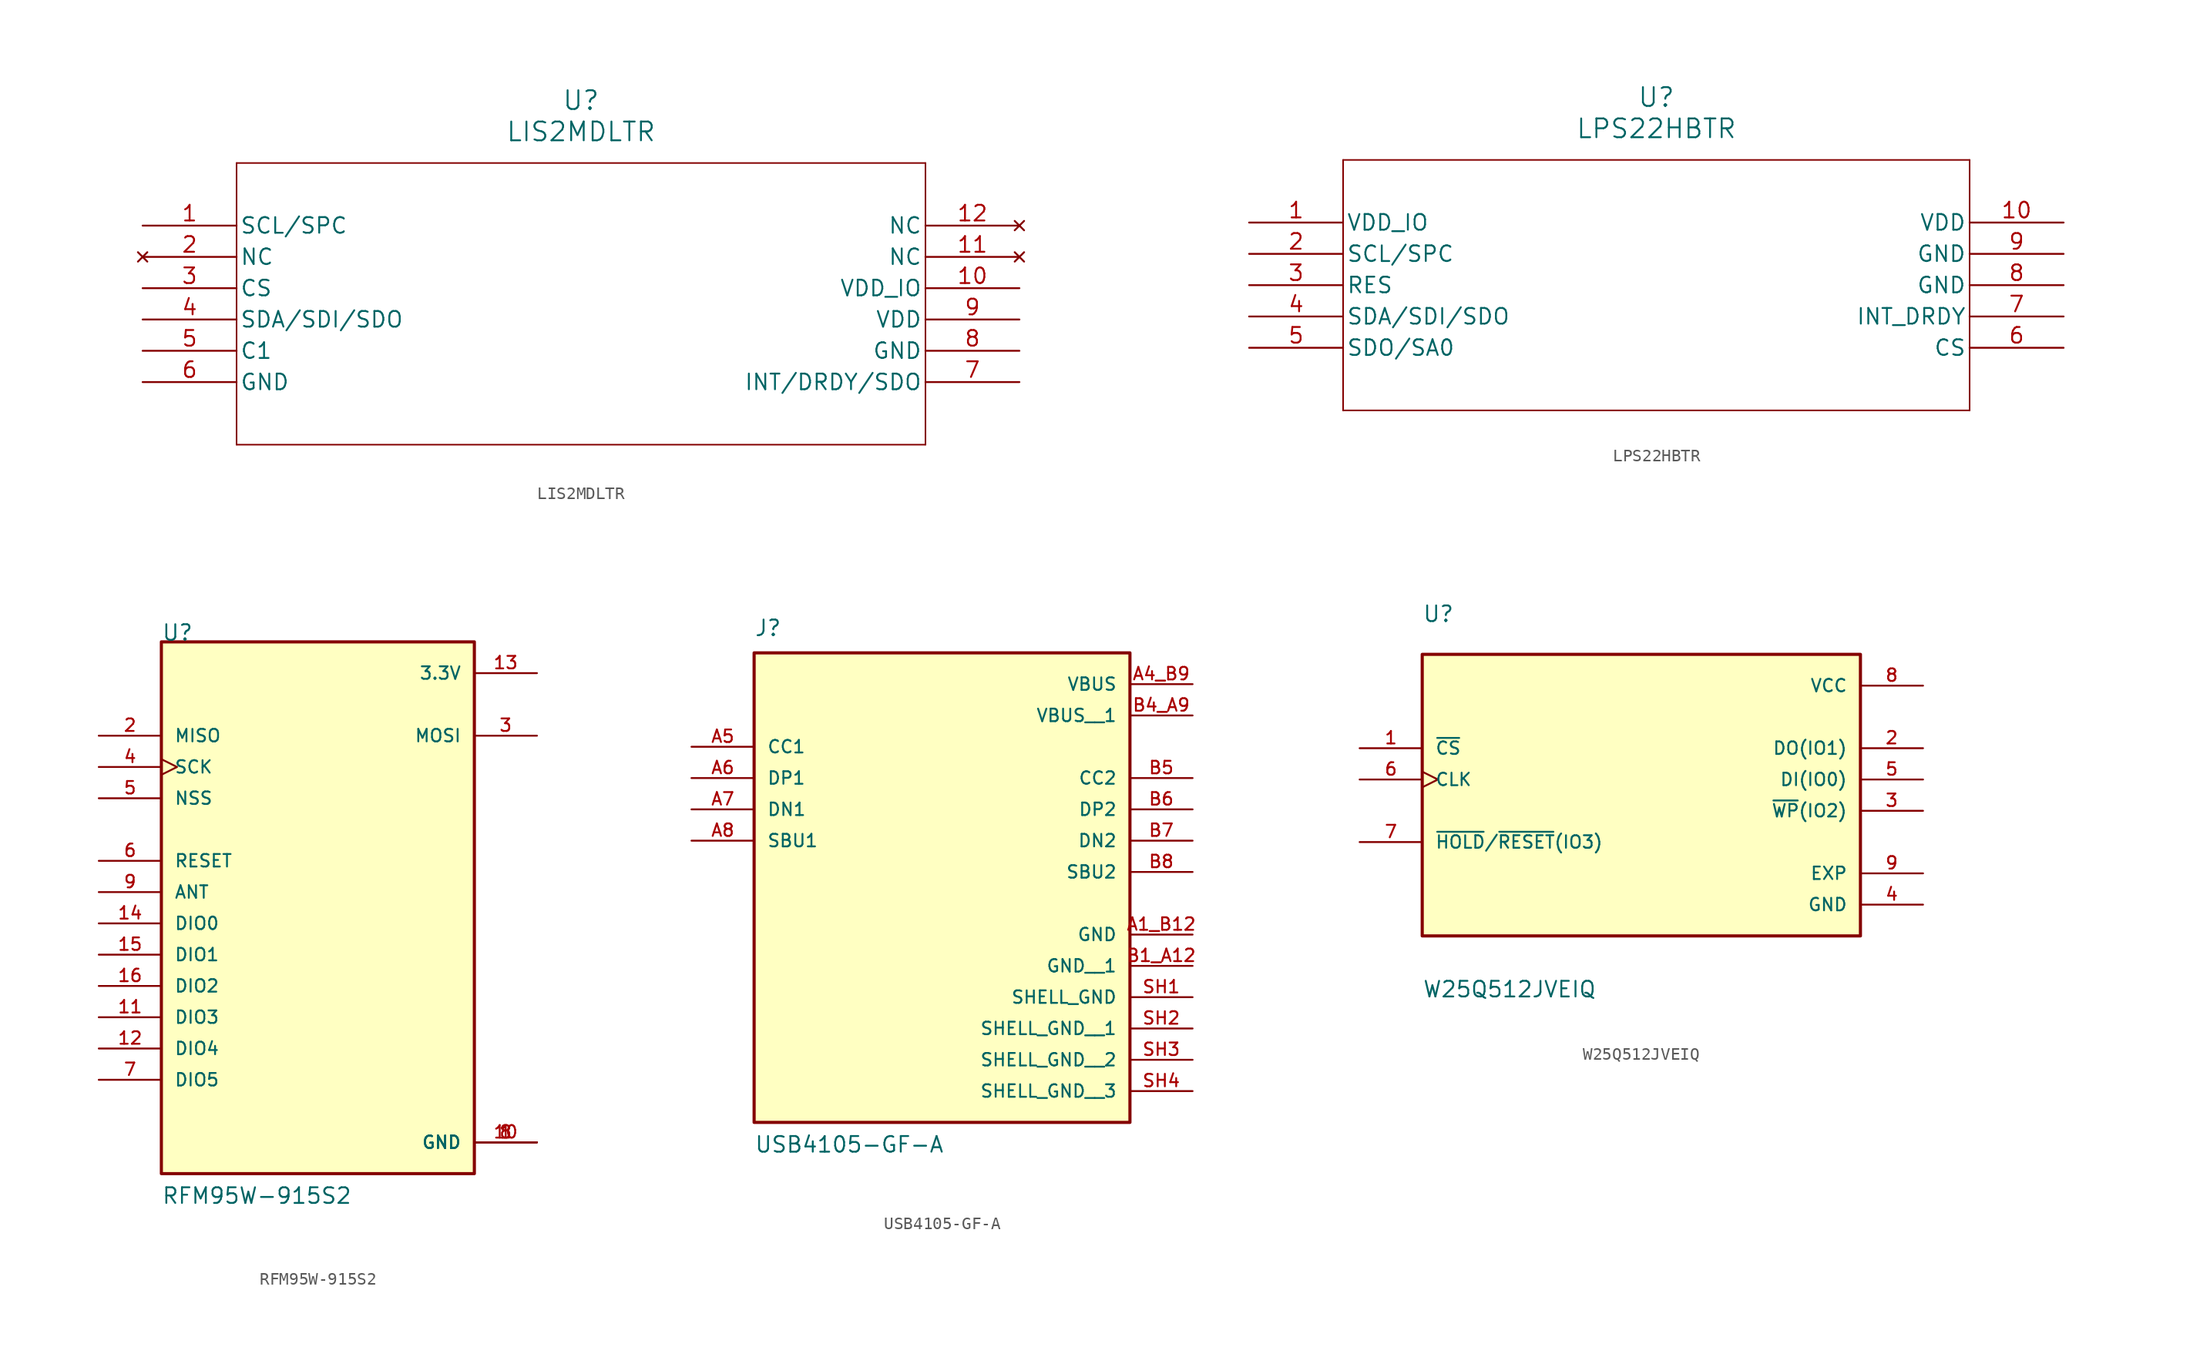
<source format=kicad_sym>
(kicad_symbol_lib
  (version 20220914)
  (generator kicad_symbol_editor)
  (symbol "LIS2MDLTR"
    (pin_names
      (offset 0.254))
    (property "Reference" "U"
      (at 35.56 10.16 0)
      (effects (font (size 1.524 1.524))))
    (property "Value" "LIS2MDLTR"
      (at 35.56 7.62 0)
      (effects (font (size 1.524 1.524))))
    (property "ki_locked" ""
      (at 0 0 0)
      (effects (font (size 1.27 1.27))))
    (symbol "LIS2MDLTR_0_1"
      (polyline (pts (xy 7.62 -17.78) (xy 63.5 -17.78)) (stroke (width 0.127) (type default)) (fill (type none)))
      (polyline (pts (xy 7.62 5.08) (xy 7.62 -17.78)) (stroke (width 0.127) (type default)) (fill (type none)))
      (polyline (pts (xy 63.5 -17.78) (xy 63.5 5.08)) (stroke (width 0.127) (type default)) (fill (type none)))
      (polyline (pts (xy 63.5 5.08) (xy 7.62 5.08)) (stroke (width 0.127) (type default)) (fill (type none)))
      (pin bidirectional line (at 0 0 0) (length 7.62) (name "SCL/SPC" (effects (font (size 1.27 1.27)))) (number "1" (effects (font (size 1.27 1.27)))))
      (pin power_in line (at 71.12 -5.08 180) (length 7.62) (name "VDD_IO" (effects (font (size 1.27 1.27)))) (number "10" (effects (font (size 1.27 1.27)))))
      (pin no_connect line (at 71.12 -2.54 180) (length 7.62) (name "NC" (effects (font (size 1.27 1.27)))) (number "11" (effects (font (size 1.27 1.27)))))
      (pin no_connect line (at 71.12 0 180) (length 7.62) (name "NC" (effects (font (size 1.27 1.27)))) (number "12" (effects (font (size 1.27 1.27)))))
      (pin no_connect line (at 0 -2.54 0) (length 7.62) (name "NC" (effects (font (size 1.27 1.27)))) (number "2" (effects (font (size 1.27 1.27)))))
      (pin bidirectional line (at 0 -5.08 0) (length 7.62) (name "CS" (effects (font (size 1.27 1.27)))) (number "3" (effects (font (size 1.27 1.27)))))
      (pin bidirectional line (at 0 -7.62 0) (length 7.62) (name "SDA/SDI/SDO" (effects (font (size 1.27 1.27)))) (number "4" (effects (font (size 1.27 1.27)))))
      (pin unspecified line (at 0 -10.16 0) (length 7.62) (name "C1" (effects (font (size 1.27 1.27)))) (number "5" (effects (font (size 1.27 1.27)))))
      (pin power_in line (at 0 -12.7 0) (length 7.62) (name "GND" (effects (font (size 1.27 1.27)))) (number "6" (effects (font (size 1.27 1.27)))))
      (pin bidirectional line (at 71.12 -12.7 180) (length 7.62) (name "INT/DRDY/SDO" (effects (font (size 1.27 1.27)))) (number "7" (effects (font (size 1.27 1.27)))))
      (pin power_in line (at 71.12 -10.16 180) (length 7.62) (name "GND" (effects (font (size 1.27 1.27)))) (number "8" (effects (font (size 1.27 1.27)))))
      (pin power_in line (at 71.12 -7.62 180) (length 7.62) (name "VDD" (effects (font (size 1.27 1.27)))) (number "9" (effects (font (size 1.27 1.27)))))))
  (symbol "LPS22HBTR"
    (pin_names
      (offset 0.254))
    (property "Reference" "U"
      (at 33.02 10.16 0)
      (effects (font (size 1.524 1.524))))
    (property "Value" "LPS22HBTR"
      (at 33.02 7.62 0)
      (effects (font (size 1.524 1.524))))
    (property "ki_locked" ""
      (at 0 0 0)
      (effects (font (size 1.27 1.27))))
    (symbol "LPS22HBTR_0_1"
      (polyline (pts (xy 7.62 -15.24) (xy 58.42 -15.24)) (stroke (width 0.127) (type default)) (fill (type none)))
      (polyline (pts (xy 7.62 5.08) (xy 7.62 -15.24)) (stroke (width 0.127) (type default)) (fill (type none)))
      (polyline (pts (xy 58.42 -15.24) (xy 58.42 5.08)) (stroke (width 0.127) (type default)) (fill (type none)))
      (polyline (pts (xy 58.42 5.08) (xy 7.62 5.08)) (stroke (width 0.127) (type default)) (fill (type none)))
      (pin power_in line (at 0 0 0) (length 7.62) (name "VDD_IO" (effects (font (size 1.27 1.27)))) (number "1" (effects (font (size 1.27 1.27)))))
      (pin power_in line (at 66.04 0 180) (length 7.62) (name "VDD" (effects (font (size 1.27 1.27)))) (number "10" (effects (font (size 1.27 1.27)))))
      (pin bidirectional line (at 0 -2.54 0) (length 7.62) (name "SCL/SPC" (effects (font (size 1.27 1.27)))) (number "2" (effects (font (size 1.27 1.27)))))
      (pin unspecified line (at 0 -5.08 0) (length 7.62) (name "RES" (effects (font (size 1.27 1.27)))) (number "3" (effects (font (size 1.27 1.27)))))
      (pin bidirectional line (at 0 -7.62 0) (length 7.62) (name "SDA/SDI/SDO" (effects (font (size 1.27 1.27)))) (number "4" (effects (font (size 1.27 1.27)))))
      (pin bidirectional line (at 0 -10.16 0) (length 7.62) (name "SDO/SA0" (effects (font (size 1.27 1.27)))) (number "5" (effects (font (size 1.27 1.27)))))
      (pin bidirectional line (at 66.04 -10.16 180) (length 7.62) (name "CS" (effects (font (size 1.27 1.27)))) (number "6" (effects (font (size 1.27 1.27)))))
      (pin bidirectional line (at 66.04 -7.62 180) (length 7.62) (name "INT_DRDY" (effects (font (size 1.27 1.27)))) (number "7" (effects (font (size 1.27 1.27)))))
      (pin power_in line (at 66.04 -5.08 180) (length 7.62) (name "GND" (effects (font (size 1.27 1.27)))) (number "8" (effects (font (size 1.27 1.27)))))
      (pin power_in line (at 66.04 -2.54 180) (length 7.62) (name "GND" (effects (font (size 1.27 1.27)))) (number "9" (effects (font (size 1.27 1.27)))))))
  (symbol "RFM95W-915S2"
    (pin_names
      (offset 1.016))
    (property "Reference" "U"
      (at -12.7 22.86 0)
      (effects (font (size 1.27 1.27)) (justify left bottom)))
    (property "Value" "RFM95W-915S2"
      (at -12.7 -22.86 0)
      (effects (font (size 1.27 1.27)) (justify left bottom)))
    (symbol "RFM95W-915S2_0_0"
      (rectangle (start -12.7 -20.32) (end 12.7 22.86) (stroke (width 0.254) (type default)) (fill (type background)))
      (pin power_in line (at 17.78 -17.78 180) (length 5.08) (name "GND" (effects (font (size 1.016 1.016)))) (number "1" (effects (font (size 1.016 1.016)))))
      (pin power_in line (at 17.78 -17.78 180) (length 5.08) (name "GND" (effects (font (size 1.016 1.016)))) (number "10" (effects (font (size 1.016 1.016)))))
      (pin bidirectional line (at -17.78 -7.62 0) (length 5.08) (name "DIO3" (effects (font (size 1.016 1.016)))) (number "11" (effects (font (size 1.016 1.016)))))
      (pin bidirectional line (at -17.78 -10.16 0) (length 5.08) (name "DIO4" (effects (font (size 1.016 1.016)))) (number "12" (effects (font (size 1.016 1.016)))))
      (pin power_in line (at 17.78 20.32 180) (length 5.08) (name "3.3V" (effects (font (size 1.016 1.016)))) (number "13" (effects (font (size 1.016 1.016)))))
      (pin bidirectional line (at -17.78 0 0) (length 5.08) (name "DIO0" (effects (font (size 1.016 1.016)))) (number "14" (effects (font (size 1.016 1.016)))))
      (pin bidirectional line (at -17.78 -2.54 0) (length 5.08) (name "DIO1" (effects (font (size 1.016 1.016)))) (number "15" (effects (font (size 1.016 1.016)))))
      (pin bidirectional line (at -17.78 -5.08 0) (length 5.08) (name "DIO2" (effects (font (size 1.016 1.016)))) (number "16" (effects (font (size 1.016 1.016)))))
      (pin input line (at -17.78 15.24 0) (length 5.08) (name "MISO" (effects (font (size 1.016 1.016)))) (number "2" (effects (font (size 1.016 1.016)))))
      (pin output line (at 17.78 15.24 180) (length 5.08) (name "MOSI" (effects (font (size 1.016 1.016)))) (number "3" (effects (font (size 1.016 1.016)))))
      (pin input clock (at -17.78 12.7 0) (length 5.08) (name "SCK" (effects (font (size 1.016 1.016)))) (number "4" (effects (font (size 1.016 1.016)))))
      (pin input line (at -17.78 10.16 0) (length 5.08) (name "NSS" (effects (font (size 1.016 1.016)))) (number "5" (effects (font (size 1.016 1.016)))))
      (pin bidirectional line (at -17.78 5.08 0) (length 5.08) (name "RESET" (effects (font (size 1.016 1.016)))) (number "6" (effects (font (size 1.016 1.016)))))
      (pin bidirectional line (at -17.78 -12.7 0) (length 5.08) (name "DIO5" (effects (font (size 1.016 1.016)))) (number "7" (effects (font (size 1.016 1.016)))))
      (pin power_in line (at 17.78 -17.78 180) (length 5.08) (name "GND" (effects (font (size 1.016 1.016)))) (number "8" (effects (font (size 1.016 1.016)))))
      (pin bidirectional line (at -17.78 2.54 0) (length 5.08) (name "ANT" (effects (font (size 1.016 1.016)))) (number "9" (effects (font (size 1.016 1.016)))))))
  (symbol "USB4105-GF-A"
    (pin_names
      (offset 1.016))
    (property "Reference" "J"
      (at -15.24 13.97 0)
      (effects (font (size 1.27 1.27)) (justify left bottom)))
    (property "Value" "USB4105-GF-A"
      (at -15.24 -27.94 0)
      (effects (font (size 1.27 1.27)) (justify left bottom)))
    (symbol "USB4105-GF-A_0_0"
      (rectangle (start -15.24 -25.4) (end 15.24 12.7) (stroke (width 0.254) (type default)) (fill (type background)))
      (pin power_in line (at 20.32 -10.16 180) (length 5.08) (name "GND" (effects (font (size 1.016 1.016)))) (number "A1_B12" (effects (font (size 1.016 1.016)))))
      (pin power_in line (at 20.32 10.16 180) (length 5.08) (name "VBUS" (effects (font (size 1.016 1.016)))) (number "A4_B9" (effects (font (size 1.016 1.016)))))
      (pin bidirectional line (at -20.32 5.08 0) (length 5.08) (name "CC1" (effects (font (size 1.016 1.016)))) (number "A5" (effects (font (size 1.016 1.016)))))
      (pin bidirectional line (at -20.32 2.54 0) (length 5.08) (name "DP1" (effects (font (size 1.016 1.016)))) (number "A6" (effects (font (size 1.016 1.016)))))
      (pin bidirectional line (at -20.32 0 0) (length 5.08) (name "DN1" (effects (font (size 1.016 1.016)))) (number "A7" (effects (font (size 1.016 1.016)))))
      (pin bidirectional line (at -20.32 -2.54 0) (length 5.08) (name "SBU1" (effects (font (size 1.016 1.016)))) (number "A8" (effects (font (size 1.016 1.016)))))
      (pin power_in line (at 20.32 -12.7 180) (length 5.08) (name "GND__1" (effects (font (size 1.016 1.016)))) (number "B1_A12" (effects (font (size 1.016 1.016)))))
      (pin power_in line (at 20.32 7.62 180) (length 5.08) (name "VBUS__1" (effects (font (size 1.016 1.016)))) (number "B4_A9" (effects (font (size 1.016 1.016)))))
      (pin bidirectional line (at 20.32 2.54 180) (length 5.08) (name "CC2" (effects (font (size 1.016 1.016)))) (number "B5" (effects (font (size 1.016 1.016)))))
      (pin bidirectional line (at 20.32 0 180) (length 5.08) (name "DP2" (effects (font (size 1.016 1.016)))) (number "B6" (effects (font (size 1.016 1.016)))))
      (pin bidirectional line (at 20.32 -2.54 180) (length 5.08) (name "DN2" (effects (font (size 1.016 1.016)))) (number "B7" (effects (font (size 1.016 1.016)))))
      (pin bidirectional line (at 20.32 -5.08 180) (length 5.08) (name "SBU2" (effects (font (size 1.016 1.016)))) (number "B8" (effects (font (size 1.016 1.016)))))
      (pin power_in line (at 20.32 -15.24 180) (length 5.08) (name "SHELL_GND" (effects (font (size 1.016 1.016)))) (number "SH1" (effects (font (size 1.016 1.016)))))
      (pin power_in line (at 20.32 -17.78 180) (length 5.08) (name "SHELL_GND__1" (effects (font (size 1.016 1.016)))) (number "SH2" (effects (font (size 1.016 1.016)))))
      (pin power_in line (at 20.32 -20.32 180) (length 5.08) (name "SHELL_GND__2" (effects (font (size 1.016 1.016)))) (number "SH3" (effects (font (size 1.016 1.016)))))
      (pin power_in line (at 20.32 -22.86 180) (length 5.08) (name "SHELL_GND__3" (effects (font (size 1.016 1.016)))) (number "SH4" (effects (font (size 1.016 1.016)))))))
  (symbol "W25Q512JVEIQ"
    (pin_names
      (offset 1.016))
    (property "Reference" "U"
      (at -17.78 15.24 0)
      (effects (font (size 1.27 1.27)) (justify left bottom)))
    (property "Value" "W25Q512JVEIQ"
      (at -17.78 -15.24 0)
      (effects (font (size 1.27 1.27)) (justify left bottom)))
    (symbol "W25Q512JVEIQ_0_0"
      (rectangle (start -17.78 -10.16) (end 17.78 12.7) (stroke (width 0.254) (type default)) (fill (type background)))
      (pin input line (at -22.86 5.08 0) (length 5.08) (name "~{CS}" (effects (font (size 1.016 1.016)))) (number "1" (effects (font (size 1.016 1.016)))))
      (pin bidirectional line (at 22.86 5.08 180) (length 5.08) (name "DO(IO1)" (effects (font (size 1.016 1.016)))) (number "2" (effects (font (size 1.016 1.016)))))
      (pin bidirectional line (at 22.86 0 180) (length 5.08) (name "~{WP}(IO2)" (effects (font (size 1.016 1.016)))) (number "3" (effects (font (size 1.016 1.016)))))
      (pin power_in line (at 22.86 -7.62 180) (length 5.08) (name "GND" (effects (font (size 1.016 1.016)))) (number "4" (effects (font (size 1.016 1.016)))))
      (pin bidirectional line (at 22.86 2.54 180) (length 5.08) (name "DI(IO0)" (effects (font (size 1.016 1.016)))) (number "5" (effects (font (size 1.016 1.016)))))
      (pin input clock (at -22.86 2.54 0) (length 5.08) (name "CLK" (effects (font (size 1.016 1.016)))) (number "6" (effects (font (size 1.016 1.016)))))
      (pin bidirectional line (at -22.86 -2.54 0) (length 5.08) (name "~{HOLD}/~{RESET}(IO3)" (effects (font (size 1.016 1.016)))) (number "7" (effects (font (size 1.016 1.016)))))
      (pin power_in line (at 22.86 10.16 180) (length 5.08) (name "VCC" (effects (font (size 1.016 1.016)))) (number "8" (effects (font (size 1.016 1.016)))))
      (pin passive line (at 22.86 -5.08 180) (length 5.08) (name "EXP" (effects (font (size 1.016 1.016)))) (number "9" (effects (font (size 1.016 1.016))))))))
</source>
